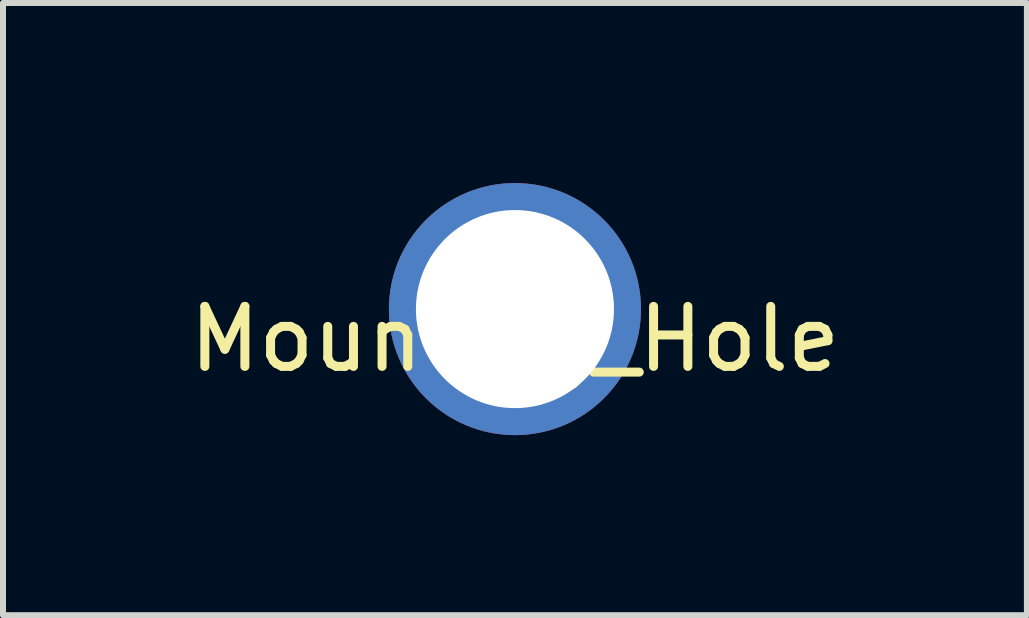
<source format=kicad_pcb>
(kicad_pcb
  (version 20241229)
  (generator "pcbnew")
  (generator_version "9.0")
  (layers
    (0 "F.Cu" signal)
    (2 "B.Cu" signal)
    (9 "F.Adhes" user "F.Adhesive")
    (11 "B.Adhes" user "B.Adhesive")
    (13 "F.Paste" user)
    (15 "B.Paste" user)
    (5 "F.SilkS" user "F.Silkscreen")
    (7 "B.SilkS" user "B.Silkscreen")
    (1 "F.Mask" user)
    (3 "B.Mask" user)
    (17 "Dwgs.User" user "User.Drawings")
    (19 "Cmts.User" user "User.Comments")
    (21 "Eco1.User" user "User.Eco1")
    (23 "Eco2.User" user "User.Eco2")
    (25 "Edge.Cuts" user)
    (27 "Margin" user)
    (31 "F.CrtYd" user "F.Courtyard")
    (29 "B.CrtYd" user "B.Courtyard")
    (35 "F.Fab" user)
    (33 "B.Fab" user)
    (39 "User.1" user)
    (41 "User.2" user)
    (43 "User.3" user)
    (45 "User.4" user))
  (footprint "Mounting_Hole"
    (layer "F.Cu")
    (at 5.53 2.1)
    (property "Reference" "Mounting_Hole" (at 0 0.5 0) (layer "F.SilkS") (effects (font (size 1 1) (thickness 0.15))))
    (attr through_hole)
    (pad "1" thru_hole circle (at 0 0) (size 4.2 4.2) (drill 3.3) (layers "*.Cu" "*.Mask")))
  (gr_rect
    (start -3 -3)
    (end 14.06 7.2)
    (stroke (width 0.1) (type default))
    (fill no)
    (layer "Edge.Cuts")))
</source>
